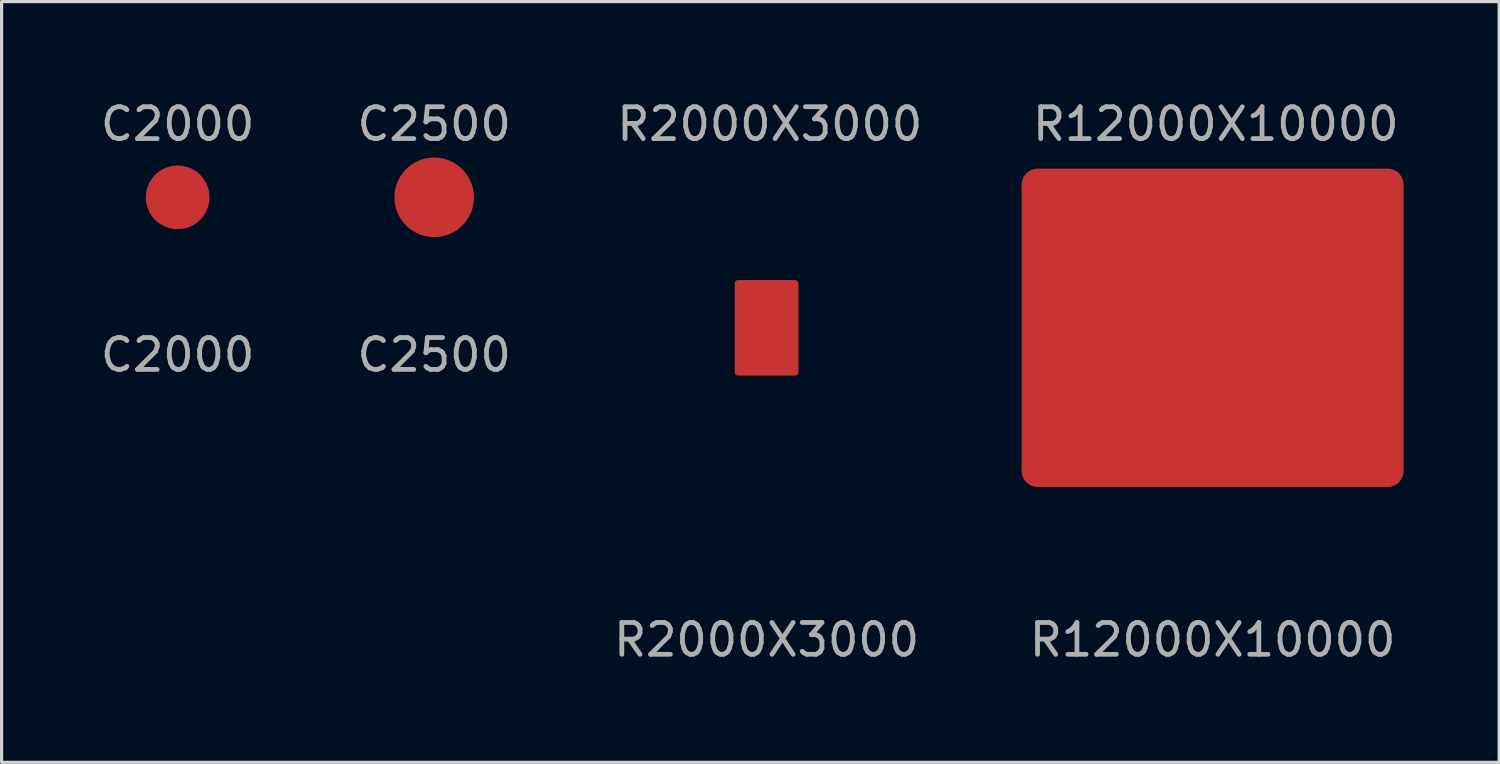
<source format=kicad_pcb>
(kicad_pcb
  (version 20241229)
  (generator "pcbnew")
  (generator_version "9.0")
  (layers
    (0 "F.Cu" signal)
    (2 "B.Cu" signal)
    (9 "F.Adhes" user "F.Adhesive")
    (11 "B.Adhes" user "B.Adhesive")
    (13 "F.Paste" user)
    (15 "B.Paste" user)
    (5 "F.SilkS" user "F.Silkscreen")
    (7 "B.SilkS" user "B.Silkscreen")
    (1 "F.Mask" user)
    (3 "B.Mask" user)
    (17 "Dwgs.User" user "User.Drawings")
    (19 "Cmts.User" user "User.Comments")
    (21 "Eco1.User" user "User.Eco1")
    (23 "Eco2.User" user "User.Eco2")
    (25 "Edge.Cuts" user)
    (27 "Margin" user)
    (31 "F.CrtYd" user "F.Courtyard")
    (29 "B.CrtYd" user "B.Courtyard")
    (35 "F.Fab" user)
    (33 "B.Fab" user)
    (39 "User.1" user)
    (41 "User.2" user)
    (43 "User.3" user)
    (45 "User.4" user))
  (footprint "R12000X10000"
    (layer "F.Cu")
    (at 35.04 7.248)
    (property "Reference" "R12000X10000" (at 0.1 -6.4 0) (unlocked yes) (layer "F.Fab") (effects (font (size 1 1) (thickness 0.15))))
    (fp_text user "${REFERENCE}" (at 0 9.8 0) (unlocked yes) (layer "F.Fab") (effects (font (size 1 1) (thickness 0.15))))
    (pad "1" smd roundrect (at 0 0) (size 12 10) (layers "F.Cu" "F.Mask" "F.Paste") (roundrect_rratio 0.05)))
  (footprint "C2000"
    (layer "F.Cu")
    (at 2.53 3.148)
    (property "Reference" "C2000" (at 0 -2.3 0) (unlocked yes) (layer "F.Fab") (effects (font (size 1 1) (thickness 0.15))))
    (fp_text user "${REFERENCE}" (at 0 4.95 0) (unlocked yes) (layer "F.Fab") (effects (font (size 1 1) (thickness 0.15))))
    (pad "1" smd circle (at 0 0) (size 2 2) (layers "F.Cu" "F.Mask" "F.Paste")))
  (footprint "C2500"
    (layer "F.Cu")
    (at 10.589 3.148)
    (property "Reference" "C2500" (at 0 -2.3 0) (unlocked yes) (layer "F.Fab") (effects (font (size 1 1) (thickness 0.15))))
    (fp_text user "${REFERENCE}" (at 0 4.95 0) (unlocked yes) (layer "F.Fab") (effects (font (size 1 1) (thickness 0.15))))
    (pad "1" smd circle (at 0 0) (size 2.5 2.5) (layers "F.Cu" "F.Mask" "F.Paste")))
  (footprint "R2000X3000"
    (layer "F.Cu")
    (at 21.03 7.248)
    (property "Reference" "R2000X3000" (at 0.1 -6.4 0) (unlocked yes) (layer "F.Fab") (effects (font (size 1 1) (thickness 0.15))))
    (fp_text user "${REFERENCE}" (at 0 9.8 0) (unlocked yes) (layer "F.Fab") (effects (font (size 1 1) (thickness 0.15))))
    (pad "1" smd roundrect (at 0 0) (size 2 3) (layers "F.Cu" "F.Mask" "F.Paste") (roundrect_rratio 0.05)))
  (gr_rect
    (start -3 -3)
    (end 44.04 20.896)
    (stroke (width 0.1) (type default))
    (fill no)
    (layer "Edge.Cuts")))
</source>
